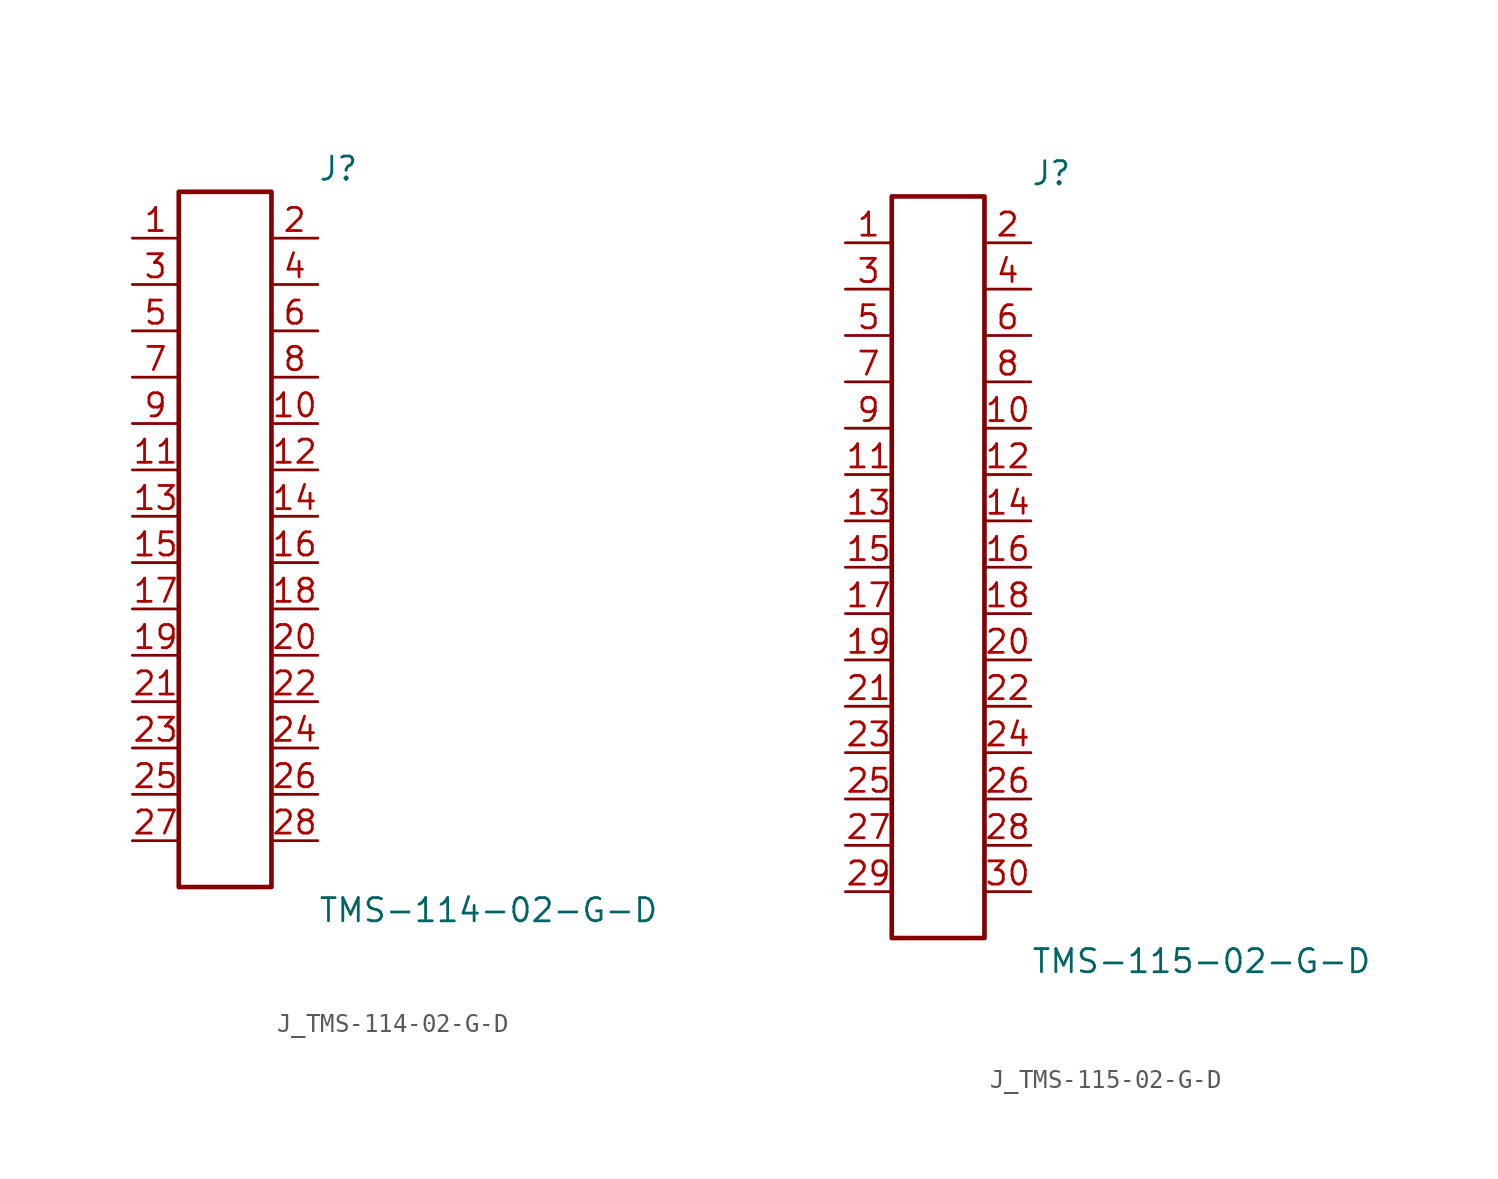
<source format=kicad_sym>
(kicad_symbol_lib
  (version 20231120)
  (generator kicad_symbol_editor)
  (generator_version 8.0)
  (symbol "J_TMS-114-02-G-D"
    (pin_names
      (offset 0.254))
    (property "Reference" "J"
      (at 5.08 20.32 0)
      (effects (font (size 1.27 1.27)) (justify left)))
    (property "Value" "TMS-114-02-G-D"
      (at 5.08 -20.32 0)
      (effects (font (size 1.27 1.27)) (justify left)))
    (symbol "J_TMS-114-02-G-D_0_0"
      (pin unspecified line (at -5.08 16.51 0) (length 2.54) (name "" (effects (font (size 1.27 1.27)))) (number "1" (effects (font (size 1.27 1.27)))))
      (pin unspecified line (at 5.08 16.51 180) (length 2.54) (name "" (effects (font (size 1.27 1.27)))) (number "2" (effects (font (size 1.27 1.27)))))
      (pin unspecified line (at -5.08 13.97 0) (length 2.54) (name "" (effects (font (size 1.27 1.27)))) (number "3" (effects (font (size 1.27 1.27)))))
      (pin unspecified line (at 5.08 13.97 180) (length 2.54) (name "" (effects (font (size 1.27 1.27)))) (number "4" (effects (font (size 1.27 1.27)))))
      (pin unspecified line (at -5.08 11.43 0) (length 2.54) (name "" (effects (font (size 1.27 1.27)))) (number "5" (effects (font (size 1.27 1.27)))))
      (pin unspecified line (at 5.08 11.43 180) (length 2.54) (name "" (effects (font (size 1.27 1.27)))) (number "6" (effects (font (size 1.27 1.27)))))
      (pin unspecified line (at -5.08 8.89 0) (length 2.54) (name "" (effects (font (size 1.27 1.27)))) (number "7" (effects (font (size 1.27 1.27)))))
      (pin unspecified line (at 5.08 8.89 180) (length 2.54) (name "" (effects (font (size 1.27 1.27)))) (number "8" (effects (font (size 1.27 1.27)))))
      (pin unspecified line (at -5.08 6.35 0) (length 2.54) (name "" (effects (font (size 1.27 1.27)))) (number "9" (effects (font (size 1.27 1.27)))))
      (pin unspecified line (at 5.08 6.35 180) (length 2.54) (name "" (effects (font (size 1.27 1.27)))) (number "10" (effects (font (size 1.27 1.27)))))
      (pin unspecified line (at -5.08 3.81 0) (length 2.54) (name "" (effects (font (size 1.27 1.27)))) (number "11" (effects (font (size 1.27 1.27)))))
      (pin unspecified line (at 5.08 3.81 180) (length 2.54) (name "" (effects (font (size 1.27 1.27)))) (number "12" (effects (font (size 1.27 1.27)))))
      (pin unspecified line (at -5.08 1.27 0) (length 2.54) (name "" (effects (font (size 1.27 1.27)))) (number "13" (effects (font (size 1.27 1.27)))))
      (pin unspecified line (at 5.08 1.27 180) (length 2.54) (name "" (effects (font (size 1.27 1.27)))) (number "14" (effects (font (size 1.27 1.27)))))
      (pin unspecified line (at -5.08 -1.27 0) (length 2.54) (name "" (effects (font (size 1.27 1.27)))) (number "15" (effects (font (size 1.27 1.27)))))
      (pin unspecified line (at 5.08 -1.27 180) (length 2.54) (name "" (effects (font (size 1.27 1.27)))) (number "16" (effects (font (size 1.27 1.27)))))
      (pin unspecified line (at -5.08 -3.81 0) (length 2.54) (name "" (effects (font (size 1.27 1.27)))) (number "17" (effects (font (size 1.27 1.27)))))
      (pin unspecified line (at 5.08 -3.81 180) (length 2.54) (name "" (effects (font (size 1.27 1.27)))) (number "18" (effects (font (size 1.27 1.27)))))
      (pin unspecified line (at -5.08 -6.35 0) (length 2.54) (name "" (effects (font (size 1.27 1.27)))) (number "19" (effects (font (size 1.27 1.27)))))
      (pin unspecified line (at 5.08 -6.35 180) (length 2.54) (name "" (effects (font (size 1.27 1.27)))) (number "20" (effects (font (size 1.27 1.27)))))
      (pin unspecified line (at -5.08 -8.89 0) (length 2.54) (name "" (effects (font (size 1.27 1.27)))) (number "21" (effects (font (size 1.27 1.27)))))
      (pin unspecified line (at 5.08 -8.89 180) (length 2.54) (name "" (effects (font (size 1.27 1.27)))) (number "22" (effects (font (size 1.27 1.27)))))
      (pin unspecified line (at -5.08 -11.43 0) (length 2.54) (name "" (effects (font (size 1.27 1.27)))) (number "23" (effects (font (size 1.27 1.27)))))
      (pin unspecified line (at 5.08 -11.43 180) (length 2.54) (name "" (effects (font (size 1.27 1.27)))) (number "24" (effects (font (size 1.27 1.27)))))
      (pin unspecified line (at -5.08 -13.97 0) (length 2.54) (name "" (effects (font (size 1.27 1.27)))) (number "25" (effects (font (size 1.27 1.27)))))
      (pin unspecified line (at 5.08 -13.97 180) (length 2.54) (name "" (effects (font (size 1.27 1.27)))) (number "26" (effects (font (size 1.27 1.27)))))
      (pin unspecified line (at -5.08 -16.51 0) (length 2.54) (name "" (effects (font (size 1.27 1.27)))) (number "27" (effects (font (size 1.27 1.27)))))
      (pin unspecified line (at 5.08 -16.51 180) (length 2.54) (name "" (effects (font (size 1.27 1.27)))) (number "28" (effects (font (size 1.27 1.27))))))
    (symbol "J_TMS-114-02-G-D_1_0"
      (rectangle (start -2.54 19.05) (end 2.54 -19.05) (stroke (width 0.254) (type solid)) (fill (type none)))))
  (symbol "J_TMS-115-02-G-D"
    (pin_names
      (offset 0.254))
    (property "Reference" "J"
      (at 5.08 21.59 0)
      (effects (font (size 1.27 1.27)) (justify left)))
    (property "Value" "TMS-115-02-G-D"
      (at 5.08 -21.59 0)
      (effects (font (size 1.27 1.27)) (justify left)))
    (symbol "J_TMS-115-02-G-D_0_0"
      (pin unspecified line (at -5.08 17.78 0) (length 2.54) (name "" (effects (font (size 1.27 1.27)))) (number "1" (effects (font (size 1.27 1.27)))))
      (pin unspecified line (at 5.08 17.78 180) (length 2.54) (name "" (effects (font (size 1.27 1.27)))) (number "2" (effects (font (size 1.27 1.27)))))
      (pin unspecified line (at -5.08 15.24 0) (length 2.54) (name "" (effects (font (size 1.27 1.27)))) (number "3" (effects (font (size 1.27 1.27)))))
      (pin unspecified line (at 5.08 15.24 180) (length 2.54) (name "" (effects (font (size 1.27 1.27)))) (number "4" (effects (font (size 1.27 1.27)))))
      (pin unspecified line (at -5.08 12.7 0) (length 2.54) (name "" (effects (font (size 1.27 1.27)))) (number "5" (effects (font (size 1.27 1.27)))))
      (pin unspecified line (at 5.08 12.7 180) (length 2.54) (name "" (effects (font (size 1.27 1.27)))) (number "6" (effects (font (size 1.27 1.27)))))
      (pin unspecified line (at -5.08 10.16 0) (length 2.54) (name "" (effects (font (size 1.27 1.27)))) (number "7" (effects (font (size 1.27 1.27)))))
      (pin unspecified line (at 5.08 10.16 180) (length 2.54) (name "" (effects (font (size 1.27 1.27)))) (number "8" (effects (font (size 1.27 1.27)))))
      (pin unspecified line (at -5.08 7.62 0) (length 2.54) (name "" (effects (font (size 1.27 1.27)))) (number "9" (effects (font (size 1.27 1.27)))))
      (pin unspecified line (at 5.08 7.62 180) (length 2.54) (name "" (effects (font (size 1.27 1.27)))) (number "10" (effects (font (size 1.27 1.27)))))
      (pin unspecified line (at -5.08 5.08 0) (length 2.54) (name "" (effects (font (size 1.27 1.27)))) (number "11" (effects (font (size 1.27 1.27)))))
      (pin unspecified line (at 5.08 5.08 180) (length 2.54) (name "" (effects (font (size 1.27 1.27)))) (number "12" (effects (font (size 1.27 1.27)))))
      (pin unspecified line (at -5.08 2.54 0) (length 2.54) (name "" (effects (font (size 1.27 1.27)))) (number "13" (effects (font (size 1.27 1.27)))))
      (pin unspecified line (at 5.08 2.54 180) (length 2.54) (name "" (effects (font (size 1.27 1.27)))) (number "14" (effects (font (size 1.27 1.27)))))
      (pin unspecified line (at -5.08 0.0 0) (length 2.54) (name "" (effects (font (size 1.27 1.27)))) (number "15" (effects (font (size 1.27 1.27)))))
      (pin unspecified line (at 5.08 0.0 180) (length 2.54) (name "" (effects (font (size 1.27 1.27)))) (number "16" (effects (font (size 1.27 1.27)))))
      (pin unspecified line (at -5.08 -2.54 0) (length 2.54) (name "" (effects (font (size 1.27 1.27)))) (number "17" (effects (font (size 1.27 1.27)))))
      (pin unspecified line (at 5.08 -2.54 180) (length 2.54) (name "" (effects (font (size 1.27 1.27)))) (number "18" (effects (font (size 1.27 1.27)))))
      (pin unspecified line (at -5.08 -5.08 0) (length 2.54) (name "" (effects (font (size 1.27 1.27)))) (number "19" (effects (font (size 1.27 1.27)))))
      (pin unspecified line (at 5.08 -5.08 180) (length 2.54) (name "" (effects (font (size 1.27 1.27)))) (number "20" (effects (font (size 1.27 1.27)))))
      (pin unspecified line (at -5.08 -7.62 0) (length 2.54) (name "" (effects (font (size 1.27 1.27)))) (number "21" (effects (font (size 1.27 1.27)))))
      (pin unspecified line (at 5.08 -7.62 180) (length 2.54) (name "" (effects (font (size 1.27 1.27)))) (number "22" (effects (font (size 1.27 1.27)))))
      (pin unspecified line (at -5.08 -10.16 0) (length 2.54) (name "" (effects (font (size 1.27 1.27)))) (number "23" (effects (font (size 1.27 1.27)))))
      (pin unspecified line (at 5.08 -10.16 180) (length 2.54) (name "" (effects (font (size 1.27 1.27)))) (number "24" (effects (font (size 1.27 1.27)))))
      (pin unspecified line (at -5.08 -12.7 0) (length 2.54) (name "" (effects (font (size 1.27 1.27)))) (number "25" (effects (font (size 1.27 1.27)))))
      (pin unspecified line (at 5.08 -12.7 180) (length 2.54) (name "" (effects (font (size 1.27 1.27)))) (number "26" (effects (font (size 1.27 1.27)))))
      (pin unspecified line (at -5.08 -15.24 0) (length 2.54) (name "" (effects (font (size 1.27 1.27)))) (number "27" (effects (font (size 1.27 1.27)))))
      (pin unspecified line (at 5.08 -15.24 180) (length 2.54) (name "" (effects (font (size 1.27 1.27)))) (number "28" (effects (font (size 1.27 1.27)))))
      (pin unspecified line (at -5.08 -17.78 0) (length 2.54) (name "" (effects (font (size 1.27 1.27)))) (number "29" (effects (font (size 1.27 1.27)))))
      (pin unspecified line (at 5.08 -17.78 180) (length 2.54) (name "" (effects (font (size 1.27 1.27)))) (number "30" (effects (font (size 1.27 1.27))))))
    (symbol "J_TMS-115-02-G-D_1_0"
      (rectangle (start -2.54 20.32) (end 2.54 -20.32) (stroke (width 0.254) (type solid)) (fill (type none))))))
</source>
